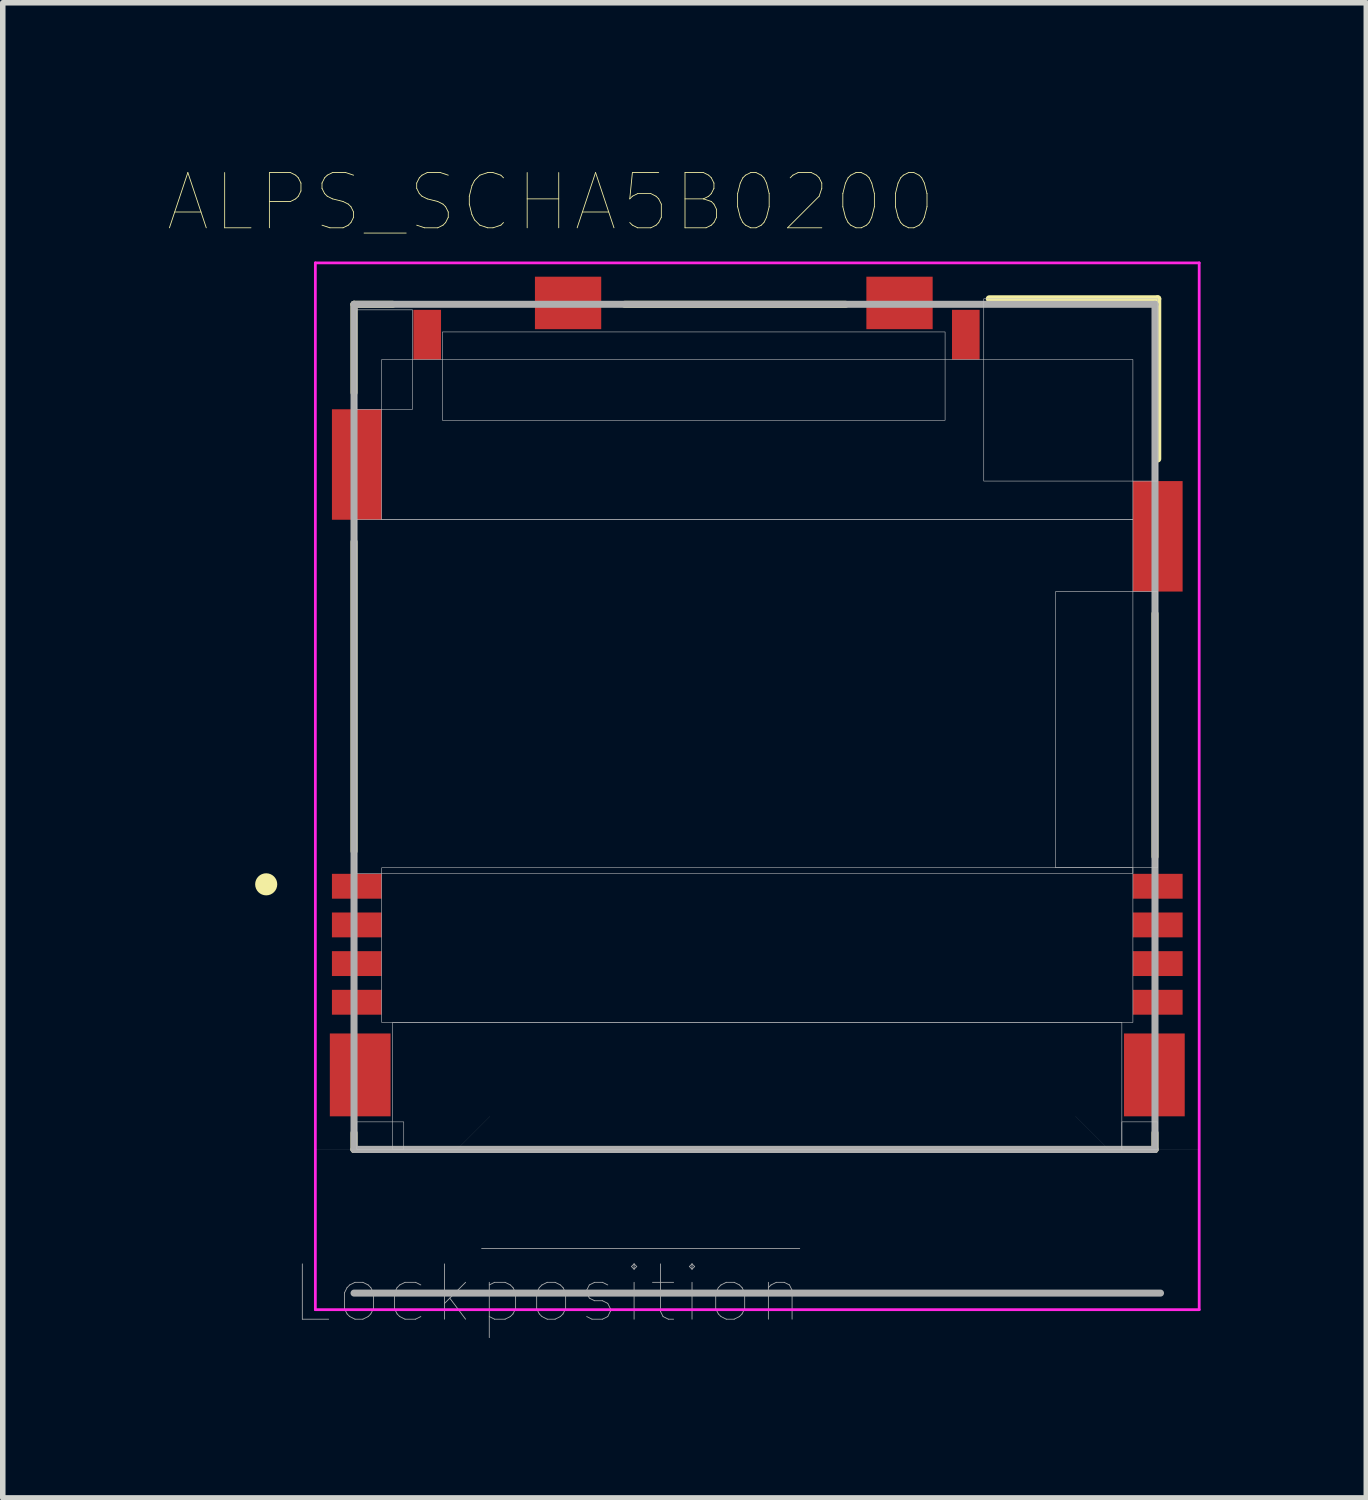
<source format=kicad_pcb>
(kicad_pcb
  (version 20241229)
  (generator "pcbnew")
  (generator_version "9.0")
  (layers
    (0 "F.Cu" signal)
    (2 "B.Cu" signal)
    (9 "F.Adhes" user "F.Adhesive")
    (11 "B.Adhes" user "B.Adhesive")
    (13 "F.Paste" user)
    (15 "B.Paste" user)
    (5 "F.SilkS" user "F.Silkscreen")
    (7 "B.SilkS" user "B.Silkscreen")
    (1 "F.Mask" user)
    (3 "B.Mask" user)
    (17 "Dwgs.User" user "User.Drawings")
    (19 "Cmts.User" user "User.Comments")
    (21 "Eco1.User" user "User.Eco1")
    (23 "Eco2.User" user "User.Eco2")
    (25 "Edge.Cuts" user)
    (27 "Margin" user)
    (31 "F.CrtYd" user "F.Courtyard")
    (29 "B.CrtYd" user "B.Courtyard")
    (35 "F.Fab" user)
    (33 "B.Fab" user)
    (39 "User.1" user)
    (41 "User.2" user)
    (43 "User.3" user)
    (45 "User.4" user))
  (footprint "ALPS_SCHA5B0200"
    (layer "F.Cu")
    (at 10.659 10.259)
    (property "Reference" "ALPS_SCHA5B0200" (at -3.737 -9.647 0) (layer "F.SilkS") (effects (font (size 1 1) (thickness 0.015))))
    (attr through_hole)
    (fp_line (start -7.3 -7.8) (end -7.3 -6.2) (stroke (width 0.127) (type solid)) (layer "F.SilkS"))
    (fp_line (start -7.3 -3.5) (end -7.3 2.1) (stroke (width 0.127) (type solid)) (layer "F.SilkS"))
    (fp_line (start -7.3 7.5) (end -7.3 7.2) (stroke (width 0.127) (type solid)) (layer "F.SilkS"))
    (fp_line (start -7.3 7.5) (end 7.2 7.5) (stroke (width 0.127) (type solid)) (layer "F.SilkS"))
    (fp_line (start -6.6 -7.8) (end -7.3 -7.8) (stroke (width 0.127) (type solid)) (layer "F.SilkS"))
    (fp_line (start -2.4 -7.8) (end 1.6 -7.8) (stroke (width 0.127) (type solid)) (layer "F.SilkS"))
    (fp_line (start 4.2 -7.9) (end 7.25 -7.9) (stroke (width 0.127) (type solid)) (layer "F.SilkS"))
    (fp_line (start 7.2 -2.2) (end 7.2 2.2) (stroke (width 0.127) (type solid)) (layer "F.SilkS"))
    (fp_line (start 7.2 7.5) (end 7.2 7.2) (stroke (width 0.127) (type solid)) (layer "F.SilkS"))
    (fp_line (start 7.25 -5) (end 7.25 -7.9) (stroke (width 0.127) (type solid)) (layer "F.SilkS"))
    (fp_circle (center -8.89 2.7) (end -8.79 2.7) (stroke (width 0.2) (type solid)) (fill no) (layer "F.SilkS"))
    (fp_poly (pts (xy -7.25 -7.7) (xy -6.24 -7.7) (xy -6.24 -5.9) (xy -7.25 -5.9)) (stroke (width 0.01) (type solid)) (fill no) (layer "Dwgs.User"))
    (fp_poly (pts (xy -7.25 -3.9) (xy 6.8 -3.9) (xy 6.8 2.5) (xy -7.25 2.5)) (stroke (width 0.01) (type solid)) (fill no) (layer "Dwgs.User"))
    (fp_poly (pts (xy -7.25 7) (xy -6.4 7) (xy -6.4 7.5) (xy -7.25 7.5)) (stroke (width 0.01) (type solid)) (fill no) (layer "Dwgs.User"))
    (fp_poly (pts (xy -6.8 -6.8) (xy 6.8 -6.8) (xy 6.8 -3.9) (xy -6.8 -3.9)) (stroke (width 0.01) (type solid)) (fill no) (layer "Dwgs.User"))
    (fp_poly (pts (xy -6.8 2.4) (xy 6.8 2.4) (xy 6.8 5.2) (xy -6.8 5.2)) (stroke (width 0.01) (type solid)) (fill no) (layer "Dwgs.User"))
    (fp_poly (pts (xy -6.6 5.2) (xy 6.6 5.2) (xy 6.6 7.5) (xy -6.6 7.5)) (stroke (width 0.01) (type solid)) (fill no) (layer "Dwgs.User"))
    (fp_poly (pts (xy -5.7 -7.3) (xy 3.4 -7.3) (xy 3.4 -5.7) (xy -5.7 -5.7)) (stroke (width 0.01) (type solid)) (fill no) (layer "Dwgs.User"))
    (fp_poly (pts (xy 4.1 -7.9) (xy 7.25 -7.9) (xy 7.25 -4.6) (xy 4.1 -4.6)) (stroke (width 0.01) (type solid)) (fill no) (layer "Dwgs.User"))
    (fp_poly (pts (xy 5.4 -2.6) (xy 7.25 -2.6) (xy 7.25 2.4) (xy 5.4 2.4)) (stroke (width 0.01) (type solid)) (fill no) (layer "Dwgs.User"))
    (fp_poly (pts (xy 6.6 7) (xy 7.25 7) (xy 7.25 7.5) (xy 6.6 7.5)) (stroke (width 0.01) (type solid)) (fill no) (layer "Dwgs.User"))
    (fp_line (start -8 7.5) (end -5.44 7.5) (stroke (width 0.001) (type solid)) (layer "Edge.Cuts"))
    (fp_line (start -5.44 7.5) (end -4.84 6.9) (stroke (width 0.001) (type solid)) (layer "Edge.Cuts"))
    (fp_line (start -4.84 6.9) (end 5.76 6.9) (stroke (width 0.001) (type solid)) (layer "Edge.Cuts"))
    (fp_line (start 5.76 6.9) (end 6.36 7.5) (stroke (width 0.001) (type solid)) (layer "Edge.Cuts"))
    (fp_line (start 6.36 7.5) (end 8 7.5) (stroke (width 0.001) (type solid)) (layer "Edge.Cuts"))
    (fp_line (start -8 -8.55) (end -8 10.4) (stroke (width 0.05) (type solid)) (layer "F.CrtYd"))
    (fp_line (start -8 -8.55) (end 8 -8.55) (stroke (width 0.05) (type solid)) (layer "F.CrtYd"))
    (fp_line (start -8 10.4) (end 8 10.4) (stroke (width 0.05) (type solid)) (layer "F.CrtYd"))
    (fp_line (start 8 -8.55) (end 8 10.4) (stroke (width 0.05) (type solid)) (layer "F.CrtYd"))
    (fp_line (start -7.3 -7.8) (end 7.2 -7.8) (stroke (width 0.127) (type solid)) (layer "F.Fab"))
    (fp_line (start -7.3 7.5) (end -7.3 -7.8) (stroke (width 0.127) (type solid)) (layer "F.Fab"))
    (fp_line (start -7.3 10.1) (end 7.3 10.1) (stroke (width 0.127) (type solid)) (layer "F.Fab"))
    (fp_line (start 7.2 -7.8) (end 7.2 7.5) (stroke (width 0.127) (type solid)) (layer "F.Fab"))
    (fp_line (start 7.2 7.5) (end -7.3 7.5) (stroke (width 0.127) (type solid)) (layer "F.Fab"))
    (fp_text user "Lock~{position}" (at -3.803 10.11 0) (layer "F.Fab") (effects (font (size 1.001 1.001) (thickness 0.015))))
    (pad "1" smd rect (at -7.25 2.735) (size 0.9 0.45) (layers "F.Cu" "F.Mask" "F.Paste"))
    (pad "2" smd rect (at -7.25 3.435) (size 0.9 0.45) (layers "F.Cu" "F.Mask" "F.Paste"))
    (pad "3" smd rect (at -7.25 4.135) (size 0.9 0.45) (layers "F.Cu" "F.Mask" "F.Paste"))
    (pad "4" smd rect (at -7.25 4.835) (size 0.9 0.45) (layers "F.Cu" "F.Mask" "F.Paste"))
    (pad "5" smd rect (at 7.25 4.835) (size 0.9 0.45) (layers "F.Cu" "F.Mask" "F.Paste"))
    (pad "6" smd rect (at 7.25 4.135) (size 0.9 0.45) (layers "F.Cu" "F.Mask" "F.Paste"))
    (pad "7" smd rect (at 7.25 3.435) (size 0.9 0.45) (layers "F.Cu" "F.Mask" "F.Paste"))
    (pad "8" smd rect (at 7.25 2.735) (size 0.9 0.45) (layers "F.Cu" "F.Mask" "F.Paste"))
    (pad "CMN" smd rect (at 3.775 -7.25) (size 0.5 0.9) (layers "F.Cu" "F.Mask" "F.Paste"))
    (pad "DT" smd rect (at -5.975 -7.25) (size 0.5 0.9) (layers "F.Cu" "F.Mask" "F.Paste"))
    (pad "S1" smd rect (at -7.188 6.15) (size 1.1 1.5) (layers "F.Cu" "F.Mask" "F.Paste"))
    (pad "S2" smd rect (at 7.188 6.15) (size 1.1 1.5) (layers "F.Cu" "F.Mask" "F.Paste"))
    (pad "S3" smd rect (at -7.25 -4.9) (size 0.9 2) (layers "F.Cu" "F.Mask" "F.Paste"))
    (pad "S4" smd rect (at 7.25 -3.6) (size 0.9 2) (layers "F.Cu" "F.Mask" "F.Paste"))
    (pad "S5" smd rect (at 2.575 -7.825) (size 1.2 0.95) (layers "F.Cu" "F.Mask" "F.Paste"))
    (pad "S6" smd rect (at -3.425 -7.825) (size 1.2 0.95) (layers "F.Cu" "F.Mask" "F.Paste")))
  (gr_rect
    (start -3 -3)
    (end 21.684 24.067)
    (stroke (width 0.1) (type default))
    (fill no)
    (layer "Edge.Cuts")))
</source>
